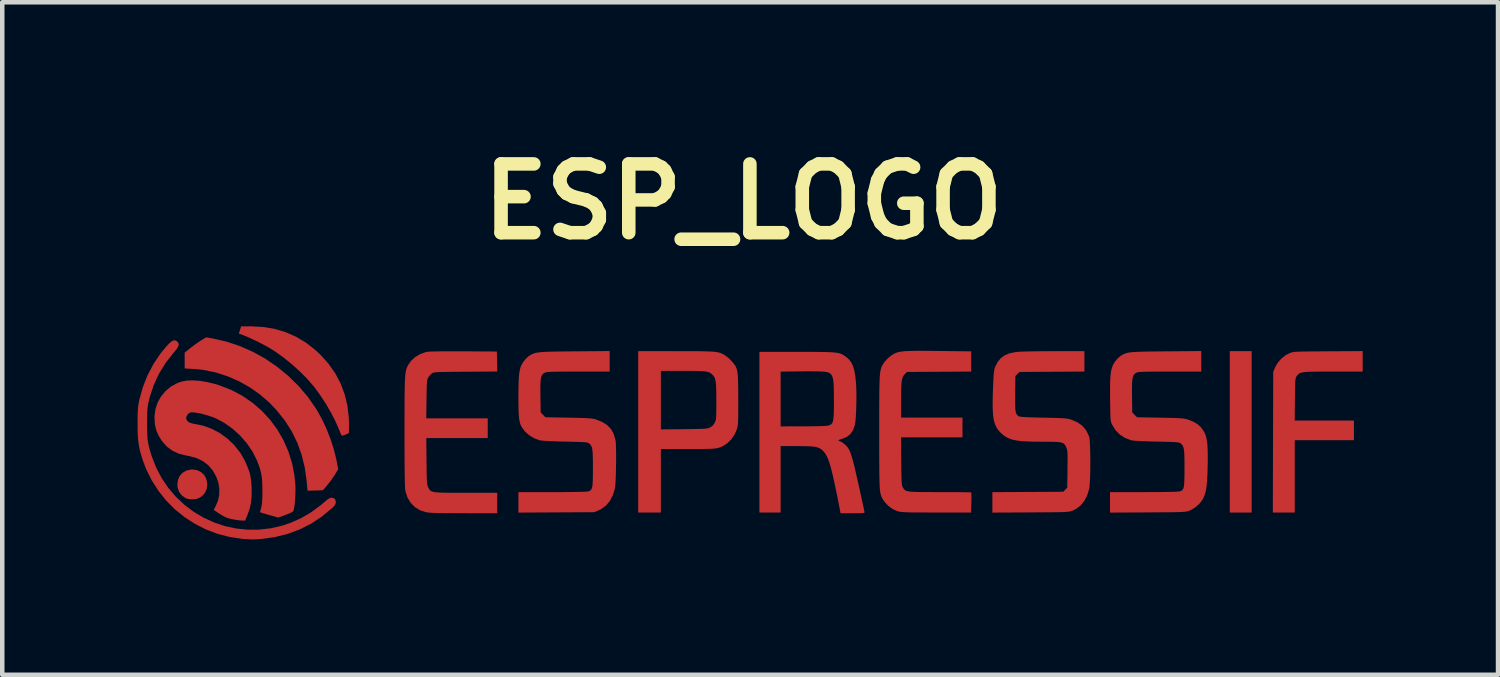
<source format=kicad_pcb>
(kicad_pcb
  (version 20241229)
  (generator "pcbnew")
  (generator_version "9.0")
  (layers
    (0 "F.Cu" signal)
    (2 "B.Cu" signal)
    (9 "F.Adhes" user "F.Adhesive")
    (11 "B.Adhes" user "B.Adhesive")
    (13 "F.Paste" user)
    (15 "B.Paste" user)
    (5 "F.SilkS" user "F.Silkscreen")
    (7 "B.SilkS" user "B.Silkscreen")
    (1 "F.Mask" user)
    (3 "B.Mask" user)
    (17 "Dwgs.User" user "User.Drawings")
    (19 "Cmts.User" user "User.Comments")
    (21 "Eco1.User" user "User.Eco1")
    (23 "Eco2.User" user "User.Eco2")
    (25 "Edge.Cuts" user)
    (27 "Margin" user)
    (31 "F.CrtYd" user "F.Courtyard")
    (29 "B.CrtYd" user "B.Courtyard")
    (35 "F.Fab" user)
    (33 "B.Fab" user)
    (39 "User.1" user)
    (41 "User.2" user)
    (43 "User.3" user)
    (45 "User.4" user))
  (footprint "ESP_LOGO"
    (layer "F.Cu")
    (at 13.427 6.498)
    (property "Reference" "ESP_LOGO" (at 0 -5.08 0) (layer "F.SilkS") (effects (font (size 1.524 1.524) (thickness 0.3))))
    (attr board_only exclude_from_pos_files exclude_from_bom)
    (fp_poly (pts (xy 11.267 1.813) (xy 10.782 1.813) (xy 10.782 -1.765) (xy 11.267 -1.765)) (stroke (width 0) (type solid)) (fill yes) (layer "F.Cu"))
    (fp_poly (pts (xy -12.111 0.872) (xy -12.023 0.914) (xy -11.953 0.978) (xy -11.906 1.063) (xy -11.884 1.164) (xy -11.883 1.195) (xy -11.897 1.298) (xy -11.94 1.386) (xy -12.01 1.457) (xy -12.064 1.491) (xy -12.13 1.512) (xy -12.209 1.521) (xy -12.288 1.516) (xy -12.353 1.498) (xy -12.36 1.495) (xy -12.448 1.433) (xy -12.508 1.354) (xy -12.54 1.259) (xy -12.546 1.19) (xy -12.532 1.086) (xy -12.491 0.997) (xy -12.426 0.928) (xy -12.342 0.881) (xy -12.242 0.859) (xy -12.214 0.858)) (stroke (width 0) (type solid)) (fill yes) (layer "F.Cu"))
    (fp_poly (pts (xy -10.639 -2.3) (xy -10.381 -2.256) (xy -10.136 -2.182) (xy -9.904 -2.078) (xy -9.684 -1.945) (xy -9.477 -1.781) (xy -9.373 -1.684) (xy -9.194 -1.484) (xy -9.045 -1.271) (xy -8.926 -1.045) (xy -8.836 -0.806) (xy -8.776 -0.554) (xy -8.746 -0.291) (xy -8.742 -0.158) (xy -8.742 0.048) (xy -8.786 0.07) (xy -8.846 0.097) (xy -8.889 0.108) (xy -8.909 0.102) (xy -8.918 0.081) (xy -8.935 0.039) (xy -8.957 -0.016) (xy -8.961 -0.024) (xy -9.042 -0.21) (xy -9.143 -0.407) (xy -9.259 -0.606) (xy -9.385 -0.797) (xy -9.514 -0.973) (xy -9.519 -0.979) (xy -9.656 -1.138) (xy -9.816 -1.301) (xy -9.992 -1.46) (xy -10.176 -1.611) (xy -10.361 -1.745) (xy -10.459 -1.809) (xy -10.54 -1.856) (xy -10.64 -1.91) (xy -10.751 -1.967) (xy -10.863 -2.021) (xy -10.967 -2.069) (xy -11.054 -2.106) (xy -11.067 -2.111) (xy -11.183 -2.155) (xy -11.157 -2.235) (xy -11.132 -2.315) (xy -10.911 -2.315)) (stroke (width 0) (type solid)) (fill yes) (layer "F.Cu"))
    (fp_poly (pts (xy 13.728 -1.311) (xy 13.068 -1.311) (xy 12.896 -1.311) (xy 12.753 -1.311) (xy 12.636 -1.309) (xy 12.542 -1.307) (xy 12.468 -1.303) (xy 12.411 -1.297) (xy 12.368 -1.288) (xy 12.336 -1.277) (xy 12.312 -1.263) (xy 12.293 -1.245) (xy 12.275 -1.224) (xy 12.264 -1.209) (xy 12.254 -1.194) (xy 12.247 -1.177) (xy 12.241 -1.153) (xy 12.236 -1.119) (xy 12.233 -1.072) (xy 12.23 -1.006) (xy 12.229 -0.919) (xy 12.227 -0.806) (xy 12.226 -0.695) (xy 12.221 -0.227) (xy 13.534 -0.227) (xy 13.534 0.21) (xy 12.222 0.21) (xy 12.222 1.813) (xy 11.736 1.813) (xy 11.745 -1.303) (xy 11.784 -1.4) (xy 11.84 -1.501) (xy 11.919 -1.594) (xy 12.014 -1.671) (xy 12.101 -1.717) (xy 12.124 -1.726) (xy 12.146 -1.734) (xy 12.17 -1.74) (xy 12.199 -1.745) (xy 12.236 -1.749) (xy 12.284 -1.752) (xy 12.347 -1.755) (xy 12.427 -1.756) (xy 12.528 -1.758) (xy 12.652 -1.759) (xy 12.802 -1.76) (xy 12.963 -1.761) (xy 13.728 -1.766)) (stroke (width 0) (type solid)) (fill yes) (layer "F.Cu"))
    (fp_poly (pts (xy -11.769 -2.047) (xy -11.465 -1.978) (xy -11.166 -1.879) (xy -10.876 -1.752) (xy -10.598 -1.598) (xy -10.334 -1.418) (xy -10.087 -1.216) (xy -9.859 -0.992) (xy -9.652 -0.749) (xy -9.47 -0.487) (xy -9.448 -0.451) (xy -9.339 -0.254) (xy -9.238 -0.038) (xy -9.15 0.187) (xy -9.077 0.412) (xy -9.024 0.626) (xy -9.016 0.665) (xy -8.981 0.852) (xy -9.05 0.967) (xy -9.095 1.035) (xy -9.15 1.113) (xy -9.207 1.186) (xy -9.219 1.201) (xy -9.318 1.319) (xy -9.489 1.324) (xy -9.66 1.329) (xy -9.679 1.122) (xy -9.721 0.819) (xy -9.791 0.533) (xy -9.888 0.263) (xy -10.014 0.007) (xy -10.169 -0.235) (xy -10.354 -0.464) (xy -10.501 -0.618) (xy -10.708 -0.799) (xy -10.935 -0.959) (xy -11.177 -1.096) (xy -11.431 -1.207) (xy -11.693 -1.292) (xy -11.959 -1.347) (xy -12.194 -1.371) (xy -12.384 -1.381) (xy -12.384 -1.732) (xy -12.251 -1.838) (xy -12.181 -1.892) (xy -12.106 -1.946) (xy -12.038 -1.992) (xy -12.012 -2.008) (xy -11.907 -2.07)) (stroke (width 0) (type solid)) (fill yes) (layer "F.Cu"))
    (fp_poly (pts (xy -1.493 -1.764) (xy -1.296 -1.764) (xy -1.128 -1.764) (xy -0.986 -1.763) (xy -0.869 -1.761) (xy -0.772 -1.758) (xy -0.693 -1.754) (xy -0.63 -1.749) (xy -0.578 -1.741) (xy -0.536 -1.732) (xy -0.501 -1.721) (xy -0.469 -1.707) (xy -0.438 -1.691) (xy -0.416 -1.678) (xy -0.358 -1.637) (xy -0.295 -1.58) (xy -0.235 -1.516) (xy -0.189 -1.457) (xy -0.173 -1.431) (xy -0.158 -1.399) (xy -0.146 -1.364) (xy -0.136 -1.324) (xy -0.128 -1.275) (xy -0.122 -1.212) (xy -0.118 -1.133) (xy -0.116 -1.034) (xy -0.114 -0.911) (xy -0.113 -0.761) (xy -0.113 -0.696) (xy -0.113 -0.542) (xy -0.113 -0.416) (xy -0.114 -0.315) (xy -0.116 -0.236) (xy -0.119 -0.174) (xy -0.123 -0.127) (xy -0.128 -0.09) (xy -0.135 -0.059) (xy -0.138 -0.049) (xy -0.19 0.075) (xy -0.263 0.185) (xy -0.355 0.277) (xy -0.46 0.344) (xy -0.529 0.372) (xy -0.559 0.381) (xy -0.589 0.388) (xy -0.624 0.393) (xy -0.667 0.397) (xy -0.721 0.4) (xy -0.791 0.402) (xy -0.88 0.404) (xy -0.992 0.404) (xy -1.13 0.405) (xy -1.232 0.405) (xy -1.829 0.405) (xy -1.829 1.813) (xy -2.331 1.813) (xy -2.331 -0.03) (xy -1.829 -0.03) (xy -1.315 -0.035) (xy -1.172 -0.037) (xy -1.056 -0.039) (xy -0.966 -0.041) (xy -0.897 -0.043) (xy -0.845 -0.047) (xy -0.807 -0.051) (xy -0.778 -0.057) (xy -0.756 -0.064) (xy -0.737 -0.073) (xy -0.676 -0.117) (xy -0.635 -0.177) (xy -0.624 -0.201) (xy -0.615 -0.225) (xy -0.609 -0.254) (xy -0.605 -0.291) (xy -0.602 -0.343) (xy -0.6 -0.412) (xy -0.599 -0.503) (xy -0.599 -0.622) (xy -0.599 -0.652) (xy -0.6 -0.797) (xy -0.601 -0.914) (xy -0.605 -1.006) (xy -0.612 -1.077) (xy -0.622 -1.131) (xy -0.635 -1.173) (xy -0.653 -1.205) (xy -0.675 -1.232) (xy -0.685 -1.243) (xy -0.711 -1.265) (xy -0.737 -1.284) (xy -0.768 -1.298) (xy -0.806 -1.309) (xy -0.856 -1.317) (xy -0.922 -1.322) (xy -1.006 -1.325) (xy -1.114 -1.327) (xy -1.248 -1.327) (xy -1.338 -1.327) (xy -1.829 -1.327) (xy -1.829 -0.03) (xy -2.331 -0.03) (xy -2.331 -1.765)) (stroke (width 0) (type solid)) (fill yes) (layer "F.Cu"))
    (fp_poly (pts (xy -12.559 -1.986) (xy -12.546 -1.975) (xy -12.522 -1.943) (xy -12.515 -1.908) (xy -12.527 -1.867) (xy -12.559 -1.814) (xy -12.614 -1.746) (xy -12.633 -1.724) (xy -12.808 -1.501) (xy -12.953 -1.265) (xy -13.069 -1.014) (xy -13.156 -0.749) (xy -13.189 -0.615) (xy -13.2 -0.552) (xy -13.209 -0.483) (xy -13.214 -0.402) (xy -13.217 -0.302) (xy -13.218 -0.176) (xy -13.218 -0.162) (xy -13.217 -0.025) (xy -13.213 0.088) (xy -13.206 0.185) (xy -13.193 0.273) (xy -13.174 0.361) (xy -13.148 0.456) (xy -13.113 0.567) (xy -13.014 0.82) (xy -12.89 1.055) (xy -12.743 1.271) (xy -12.575 1.467) (xy -12.388 1.642) (xy -12.185 1.795) (xy -11.967 1.925) (xy -11.736 2.031) (xy -11.496 2.112) (xy -11.247 2.166) (xy -10.992 2.193) (xy -10.734 2.192) (xy -10.474 2.162) (xy -10.214 2.102) (xy -10.029 2.038) (xy -9.798 1.934) (xy -9.579 1.806) (xy -9.367 1.649) (xy -9.287 1.581) (xy -9.223 1.528) (xy -9.175 1.497) (xy -9.139 1.484) (xy -9.13 1.484) (xy -9.075 1.495) (xy -9.043 1.53) (xy -9.033 1.581) (xy -9.038 1.615) (xy -9.054 1.647) (xy -9.087 1.685) (xy -9.118 1.715) (xy -9.341 1.901) (xy -9.578 2.058) (xy -9.831 2.186) (xy -10.098 2.285) (xy -10.379 2.356) (xy -10.66 2.396) (xy -10.753 2.404) (xy -10.827 2.408) (xy -10.894 2.409) (xy -10.965 2.406) (xy -11.051 2.4) (xy -11.11 2.395) (xy -11.389 2.354) (xy -11.658 2.284) (xy -11.917 2.185) (xy -12.162 2.06) (xy -12.392 1.91) (xy -12.605 1.737) (xy -12.798 1.542) (xy -12.969 1.327) (xy -13.117 1.094) (xy -13.24 0.844) (xy -13.307 0.668) (xy -13.345 0.548) (xy -13.375 0.441) (xy -13.396 0.341) (xy -13.411 0.239) (xy -13.421 0.128) (xy -13.426 0.001) (xy -13.427 -0.152) (xy -13.427 -0.154) (xy -13.427 -0.278) (xy -13.425 -0.376) (xy -13.422 -0.454) (xy -13.417 -0.519) (xy -13.41 -0.577) (xy -13.4 -0.635) (xy -13.392 -0.674) (xy -13.314 -0.957) (xy -13.208 -1.227) (xy -13.075 -1.48) (xy -12.916 -1.717) (xy -12.803 -1.854) (xy -12.734 -1.929) (xy -12.678 -1.978) (xy -12.633 -2.002) (xy -12.594 -2.005)) (stroke (width 0) (type solid)) (fill yes) (layer "F.Cu"))
    (fp_poly (pts (xy -6.2 -1.761) (xy -5.464 -1.756) (xy -5.459 -1.535) (xy -5.455 -1.313) (xy -6.158 -1.308) (xy -6.328 -1.307) (xy -6.468 -1.306) (xy -6.581 -1.304) (xy -6.672 -1.303) (xy -6.742 -1.301) (xy -6.795 -1.298) (xy -6.833 -1.295) (xy -6.861 -1.29) (xy -6.88 -1.285) (xy -6.894 -1.278) (xy -6.906 -1.27) (xy -6.907 -1.269) (xy -6.947 -1.231) (xy -6.983 -1.184) (xy -6.985 -1.18) (xy -6.995 -1.161) (xy -7.003 -1.139) (xy -7.009 -1.11) (xy -7.013 -1.069) (xy -7.017 -1.013) (xy -7.019 -0.937) (xy -7.021 -0.837) (xy -7.023 -0.709) (xy -7.023 -0.7) (xy -7.029 -0.275) (xy -5.666 -0.275) (xy -5.666 0.162) (xy -7.028 0.162) (xy -7.023 0.676) (xy -7.021 0.82) (xy -7.02 0.935) (xy -7.018 1.025) (xy -7.015 1.094) (xy -7.012 1.146) (xy -7.007 1.185) (xy -7.001 1.213) (xy -6.994 1.235) (xy -6.985 1.255) (xy -6.971 1.282) (xy -6.957 1.306) (xy -6.939 1.325) (xy -6.916 1.34) (xy -6.884 1.352) (xy -6.84 1.361) (xy -6.782 1.367) (xy -6.705 1.371) (xy -6.609 1.374) (xy -6.489 1.375) (xy -6.343 1.376) (xy -6.168 1.376) (xy -6.148 1.376) (xy -5.456 1.376) (xy -5.456 1.829) (xy -6.196 1.828) (xy -6.387 1.827) (xy -6.548 1.826) (xy -6.681 1.825) (xy -6.79 1.823) (xy -6.878 1.82) (xy -6.945 1.816) (xy -6.997 1.811) (xy -7.034 1.806) (xy -7.039 1.804) (xy -7.17 1.761) (xy -7.282 1.691) (xy -7.374 1.598) (xy -7.443 1.483) (xy -7.488 1.347) (xy -7.494 1.317) (xy -7.498 1.28) (xy -7.501 1.211) (xy -7.504 1.111) (xy -7.506 0.981) (xy -7.508 0.82) (xy -7.51 0.631) (xy -7.511 0.413) (xy -7.511 0.168) (xy -7.511 0.025) (xy -7.511 -0.213) (xy -7.511 -0.422) (xy -7.51 -0.603) (xy -7.509 -0.758) (xy -7.507 -0.891) (xy -7.505 -1.002) (xy -7.502 -1.095) (xy -7.498 -1.172) (xy -7.493 -1.235) (xy -7.487 -1.287) (xy -7.479 -1.329) (xy -7.47 -1.364) (xy -7.459 -1.395) (xy -7.447 -1.423) (xy -7.433 -1.452) (xy -7.433 -1.452) (xy -7.366 -1.549) (xy -7.274 -1.633) (xy -7.164 -1.699) (xy -7.04 -1.743) (xy -7.018 -1.748) (xy -6.98 -1.752) (xy -6.911 -1.756) (xy -6.814 -1.759) (xy -6.689 -1.76) (xy -6.54 -1.761) (xy -6.367 -1.761)) (stroke (width 0) (type solid)) (fill yes) (layer "F.Cu"))
    (fp_poly (pts (xy 4.053 -1.771) (xy 4.227 -1.77) (xy 4.351 -1.768) (xy 5.051 -1.76) (xy 5.051 -1.312) (xy 3.628 -1.303) (xy 3.58 -1.257) (xy 3.556 -1.23) (xy 3.537 -1.199) (xy 3.523 -1.16) (xy 3.512 -1.108) (xy 3.504 -1.04) (xy 3.5 -0.952) (xy 3.498 -0.84) (xy 3.497 -0.7) (xy 3.497 -0.681) (xy 3.497 -0.291) (xy 4.857 -0.291) (xy 4.857 0.146) (xy 3.495 0.146) (xy 3.5 0.676) (xy 3.501 0.822) (xy 3.503 0.939) (xy 3.505 1.031) (xy 3.507 1.102) (xy 3.51 1.154) (xy 3.514 1.192) (xy 3.52 1.219) (xy 3.527 1.24) (xy 3.535 1.256) (xy 3.537 1.258) (xy 3.551 1.282) (xy 3.566 1.302) (xy 3.585 1.318) (xy 3.61 1.33) (xy 3.644 1.34) (xy 3.69 1.348) (xy 3.752 1.353) (xy 3.831 1.356) (xy 3.932 1.358) (xy 4.056 1.359) (xy 4.208 1.36) (xy 4.359 1.36) (xy 4.504 1.36) (xy 4.64 1.36) (xy 4.762 1.361) (xy 4.867 1.362) (xy 4.952 1.363) (xy 5.013 1.364) (xy 5.046 1.366) (xy 5.052 1.367) (xy 5.054 1.384) (xy 5.055 1.428) (xy 5.056 1.492) (xy 5.055 1.571) (xy 5.054 1.593) (xy 5.049 1.813) (xy 4.277 1.812) (xy 4.097 1.812) (xy 3.947 1.811) (xy 3.823 1.811) (xy 3.722 1.81) (xy 3.642 1.808) (xy 3.578 1.805) (xy 3.528 1.802) (xy 3.489 1.798) (xy 3.458 1.793) (xy 3.431 1.787) (xy 3.407 1.78) (xy 3.405 1.78) (xy 3.307 1.734) (xy 3.213 1.665) (xy 3.133 1.58) (xy 3.098 1.528) (xy 3.083 1.502) (xy 3.069 1.476) (xy 3.058 1.45) (xy 3.048 1.421) (xy 3.039 1.387) (xy 3.032 1.344) (xy 3.026 1.292) (xy 3.022 1.228) (xy 3.018 1.149) (xy 3.016 1.054) (xy 3.014 0.939) (xy 3.013 0.803) (xy 3.012 0.644) (xy 3.011 0.459) (xy 3.011 0.245) (xy 3.011 0.037) (xy 3.011 -0.203) (xy 3.011 -0.414) (xy 3.012 -0.597) (xy 3.013 -0.754) (xy 3.014 -0.888) (xy 3.016 -1.001) (xy 3.019 -1.095) (xy 3.022 -1.173) (xy 3.027 -1.236) (xy 3.032 -1.288) (xy 3.039 -1.33) (xy 3.047 -1.365) (xy 3.056 -1.395) (xy 3.067 -1.421) (xy 3.08 -1.448) (xy 3.084 -1.457) (xy 3.132 -1.53) (xy 3.2 -1.603) (xy 3.278 -1.668) (xy 3.355 -1.714) (xy 3.362 -1.717) (xy 3.398 -1.731) (xy 3.437 -1.743) (xy 3.482 -1.752) (xy 3.536 -1.759) (xy 3.603 -1.765) (xy 3.685 -1.768) (xy 3.785 -1.771) (xy 3.907 -1.772)) (stroke (width 0) (type solid)) (fill yes) (layer "F.Cu"))
    (fp_poly (pts (xy 1.383 -1.748) (xy 1.552 -1.748) (xy 1.694 -1.747) (xy 1.812 -1.745) (xy 1.909 -1.742) (xy 1.988 -1.737) (xy 2.052 -1.731) (xy 2.103 -1.722) (xy 2.145 -1.712) (xy 2.18 -1.698) (xy 2.211 -1.682) (xy 2.241 -1.663) (xy 2.27 -1.642) (xy 2.335 -1.587) (xy 2.387 -1.522) (xy 2.426 -1.445) (xy 2.457 -1.348) (xy 2.479 -1.229) (xy 2.495 -1.085) (xy 2.501 -0.992) (xy 2.505 -0.882) (xy 2.506 -0.76) (xy 2.505 -0.633) (xy 2.502 -0.507) (xy 2.497 -0.389) (xy 2.491 -0.283) (xy 2.483 -0.196) (xy 2.474 -0.135) (xy 2.472 -0.128) (xy 2.432 -0.015) (xy 2.373 0.073) (xy 2.294 0.136) (xy 2.192 0.178) (xy 2.183 0.18) (xy 2.129 0.197) (xy 2.107 0.211) (xy 2.117 0.224) (xy 2.141 0.232) (xy 2.174 0.248) (xy 2.219 0.278) (xy 2.246 0.3) (xy 2.278 0.329) (xy 2.306 0.361) (xy 2.332 0.399) (xy 2.356 0.445) (xy 2.379 0.503) (xy 2.403 0.576) (xy 2.429 0.667) (xy 2.458 0.779) (xy 2.49 0.915) (xy 2.527 1.078) (xy 2.55 1.177) (xy 2.58 1.314) (xy 2.608 1.441) (xy 2.633 1.555) (xy 2.654 1.653) (xy 2.671 1.73) (xy 2.682 1.784) (xy 2.687 1.81) (xy 2.687 1.812) (xy 2.671 1.82) (xy 2.623 1.825) (xy 2.543 1.828) (xy 2.431 1.829) (xy 2.421 1.829) (xy 2.155 1.829) (xy 2.137 1.736) (xy 2.093 1.51) (xy 2.053 1.314) (xy 2.017 1.145) (xy 1.985 1) (xy 1.955 0.878) (xy 1.928 0.776) (xy 1.901 0.691) (xy 1.875 0.621) (xy 1.849 0.564) (xy 1.822 0.517) (xy 1.794 0.477) (xy 1.768 0.449) (xy 1.734 0.417) (xy 1.698 0.392) (xy 1.655 0.373) (xy 1.602 0.359) (xy 1.535 0.349) (xy 1.448 0.344) (xy 1.338 0.341) (xy 1.2 0.34) (xy 1.187 0.34) (xy 0.826 0.34) (xy 0.826 1.813) (xy 0.356 1.813) (xy 0.356 -0.097) (xy 0.826 -0.097) (xy 1.332 -0.098) (xy 1.501 -0.099) (xy 1.638 -0.101) (xy 1.746 -0.104) (xy 1.825 -0.108) (xy 1.876 -0.114) (xy 1.894 -0.118) (xy 1.925 -0.131) (xy 1.95 -0.146) (xy 1.969 -0.169) (xy 1.984 -0.203) (xy 1.994 -0.25) (xy 2.001 -0.315) (xy 2.005 -0.4) (xy 2.007 -0.511) (xy 2.007 -0.649) (xy 2.007 -0.688) (xy 2.006 -0.846) (xy 2.004 -0.974) (xy 1.998 -1.076) (xy 1.987 -1.155) (xy 1.968 -1.213) (xy 1.942 -1.255) (xy 1.905 -1.283) (xy 1.857 -1.3) (xy 1.795 -1.309) (xy 1.718 -1.313) (xy 1.674 -1.315) (xy 1.601 -1.316) (xy 1.504 -1.317) (xy 1.392 -1.317) (xy 1.274 -1.316) (xy 1.162 -1.315) (xy 0.826 -1.311) (xy 0.826 -0.097) (xy 0.356 -0.097) (xy 0.356 -1.748) (xy 1.185 -1.748)) (stroke (width 0) (type solid)) (fill yes) (layer "F.Cu"))
    (fp_poly (pts (xy 7.56 -1.312) (xy 6.12 -1.303) (xy 6.03 -1.213) (xy 6.025 -0.826) (xy 6.024 -0.691) (xy 6.025 -0.585) (xy 6.027 -0.504) (xy 6.033 -0.442) (xy 6.042 -0.398) (xy 6.056 -0.367) (xy 6.074 -0.344) (xy 6.098 -0.326) (xy 6.107 -0.32) (xy 6.129 -0.314) (xy 6.172 -0.308) (xy 6.237 -0.303) (xy 6.327 -0.299) (xy 6.444 -0.295) (xy 6.591 -0.291) (xy 6.654 -0.29) (xy 6.798 -0.287) (xy 6.914 -0.284) (xy 7.006 -0.281) (xy 7.078 -0.278) (xy 7.134 -0.274) (xy 7.178 -0.268) (xy 7.215 -0.261) (xy 7.247 -0.253) (xy 7.271 -0.245) (xy 7.405 -0.187) (xy 7.515 -0.109) (xy 7.598 -0.011) (xy 7.656 0.108) (xy 7.666 0.136) (xy 7.674 0.18) (xy 7.68 0.251) (xy 7.685 0.344) (xy 7.688 0.453) (xy 7.69 0.574) (xy 7.691 0.7) (xy 7.69 0.828) (xy 7.688 0.95) (xy 7.684 1.063) (xy 7.679 1.16) (xy 7.673 1.238) (xy 7.666 1.284) (xy 7.621 1.434) (xy 7.555 1.56) (xy 7.47 1.662) (xy 7.365 1.739) (xy 7.304 1.768) (xy 7.283 1.776) (xy 7.263 1.783) (xy 7.24 1.789) (xy 7.212 1.793) (xy 7.175 1.797) (xy 7.127 1.8) (xy 7.066 1.803) (xy 6.988 1.805) (xy 6.89 1.806) (xy 6.769 1.807) (xy 6.623 1.808) (xy 6.449 1.809) (xy 6.366 1.81) (xy 5.52 1.814) (xy 5.52 1.361) (xy 7.09 1.352) (xy 7.135 1.307) (xy 7.18 1.262) (xy 7.185 0.848) (xy 7.186 0.721) (xy 7.186 0.622) (xy 7.186 0.547) (xy 7.184 0.49) (xy 7.181 0.449) (xy 7.176 0.418) (xy 7.168 0.393) (xy 7.158 0.37) (xy 7.155 0.362) (xy 7.137 0.328) (xy 7.118 0.3) (xy 7.094 0.28) (xy 7.062 0.265) (xy 7.017 0.254) (xy 6.956 0.248) (xy 6.874 0.245) (xy 6.767 0.243) (xy 6.632 0.243) (xy 6.631 0.243) (xy 6.45 0.242) (xy 6.298 0.237) (xy 6.17 0.229) (xy 6.064 0.217) (xy 5.976 0.2) (xy 5.901 0.176) (xy 5.837 0.146) (xy 5.779 0.109) (xy 5.725 0.064) (xy 5.723 0.063) (xy 5.671 0.01) (xy 5.627 -0.046) (xy 5.593 -0.109) (xy 5.566 -0.181) (xy 5.546 -0.266) (xy 5.534 -0.368) (xy 5.527 -0.49) (xy 5.526 -0.635) (xy 5.529 -0.807) (xy 5.533 -0.931) (xy 5.539 -1.063) (xy 5.544 -1.167) (xy 5.549 -1.247) (xy 5.556 -1.308) (xy 5.563 -1.354) (xy 5.571 -1.389) (xy 5.579 -1.411) (xy 5.635 -1.522) (xy 5.705 -1.608) (xy 5.793 -1.672) (xy 5.902 -1.717) (xy 6.036 -1.744) (xy 6.071 -1.748) (xy 6.121 -1.752) (xy 6.199 -1.755) (xy 6.301 -1.758) (xy 6.421 -1.76) (xy 6.556 -1.762) (xy 6.701 -1.764) (xy 6.852 -1.764) (xy 6.892 -1.764) (xy 7.56 -1.765)) (stroke (width 0) (type solid)) (fill yes) (layer "F.Cu"))
    (fp_poly (pts (xy -12.035 -1.105) (xy -11.865 -1.075) (xy -11.686 -1.03) (xy -11.602 -1.003) (xy -11.342 -0.9) (xy -11.098 -0.77) (xy -10.874 -0.616) (xy -10.67 -0.439) (xy -10.488 -0.241) (xy -10.329 -0.025) (xy -10.194 0.209) (xy -10.085 0.458) (xy -10.003 0.72) (xy -9.95 0.994) (xy -9.93 1.203) (xy -9.927 1.29) (xy -9.929 1.388) (xy -9.934 1.49) (xy -9.941 1.588) (xy -9.951 1.673) (xy -9.963 1.739) (xy -9.971 1.77) (xy -9.987 1.791) (xy -10.022 1.813) (xy -10.081 1.84) (xy -10.147 1.865) (xy -10.309 1.925) (xy -10.509 1.868) (xy -10.584 1.846) (xy -10.647 1.827) (xy -10.691 1.814) (xy -10.712 1.807) (xy -10.712 1.807) (xy -10.71 1.791) (xy -10.701 1.753) (xy -10.688 1.707) (xy -10.677 1.658) (xy -10.669 1.6) (xy -10.664 1.525) (xy -10.661 1.428) (xy -10.661 1.327) (xy -10.663 1.186) (xy -10.67 1.068) (xy -10.684 0.964) (xy -10.707 0.866) (xy -10.74 0.765) (xy -10.783 0.655) (xy -10.88 0.461) (xy -11.006 0.277) (xy -11.155 0.106) (xy -11.323 -0.046) (xy -11.507 -0.176) (xy -11.68 -0.269) (xy -11.772 -0.306) (xy -11.877 -0.341) (xy -11.985 -0.371) (xy -12.087 -0.394) (xy -12.173 -0.406) (xy -12.197 -0.407) (xy -12.249 -0.406) (xy -12.283 -0.394) (xy -12.312 -0.369) (xy -12.314 -0.366) (xy -12.347 -0.31) (xy -12.349 -0.258) (xy -12.323 -0.213) (xy -12.271 -0.178) (xy -12.195 -0.156) (xy -12.184 -0.155) (xy -11.977 -0.113) (xy -11.78 -0.042) (xy -11.597 0.056) (xy -11.429 0.179) (xy -11.279 0.325) (xy -11.149 0.491) (xy -11.042 0.677) (xy -10.96 0.878) (xy -10.939 0.947) (xy -10.92 1.04) (xy -10.906 1.16) (xy -10.899 1.272) (xy -10.899 1.442) (xy -10.913 1.592) (xy -10.944 1.731) (xy -10.993 1.869) (xy -10.995 1.874) (xy -11.044 1.991) (xy -11.119 1.99) (xy -11.171 1.986) (xy -11.242 1.976) (xy -11.317 1.963) (xy -11.332 1.96) (xy -11.41 1.942) (xy -11.475 1.918) (xy -11.541 1.884) (xy -11.603 1.846) (xy -11.66 1.809) (xy -11.705 1.777) (xy -11.732 1.756) (xy -11.737 1.75) (xy -11.729 1.731) (xy -11.71 1.697) (xy -11.707 1.692) (xy -11.65 1.568) (xy -11.619 1.431) (xy -11.615 1.288) (xy -11.638 1.145) (xy -11.686 1.012) (xy -11.765 0.875) (xy -11.863 0.762) (xy -11.981 0.673) (xy -12.12 0.606) (xy -12.283 0.561) (xy -12.346 0.55) (xy -12.506 0.511) (xy -12.65 0.445) (xy -12.776 0.353) (xy -12.88 0.237) (xy -12.891 0.223) (xy -12.962 0.107) (xy -13.011 -0.005) (xy -13.04 -0.125) (xy -13.045 -0.157) (xy -13.053 -0.322) (xy -13.031 -0.48) (xy -12.981 -0.629) (xy -12.905 -0.764) (xy -12.806 -0.882) (xy -12.686 -0.981) (xy -12.546 -1.057) (xy -12.45 -1.091) (xy -12.332 -1.113) (xy -12.192 -1.117)) (stroke (width 0) (type solid)) (fill yes) (layer "F.Cu"))
    (fp_poly (pts (xy -2.963 -1.311) (xy -3.663 -1.311) (xy -3.832 -1.311) (xy -3.972 -1.311) (xy -4.086 -1.31) (xy -4.176 -1.309) (xy -4.247 -1.307) (xy -4.3 -1.305) (xy -4.339 -1.302) (xy -4.368 -1.298) (xy -4.388 -1.292) (xy -4.404 -1.286) (xy -4.415 -1.28) (xy -4.441 -1.26) (xy -4.462 -1.235) (xy -4.477 -1.201) (xy -4.488 -1.153) (xy -4.495 -1.088) (xy -4.499 -1.003) (xy -4.499 -0.893) (xy -4.498 -0.759) (xy -4.492 -0.405) (xy -4.439 -0.352) (xy -4.387 -0.299) (xy -3.873 -0.29) (xy -3.724 -0.287) (xy -3.604 -0.284) (xy -3.508 -0.281) (xy -3.433 -0.277) (xy -3.375 -0.272) (xy -3.331 -0.266) (xy -3.296 -0.259) (xy -3.27 -0.252) (xy -3.132 -0.196) (xy -3.022 -0.128) (xy -2.938 -0.043) (xy -2.878 0.06) (xy -2.84 0.184) (xy -2.831 0.229) (xy -2.826 0.281) (xy -2.823 0.358) (xy -2.821 0.456) (xy -2.82 0.567) (xy -2.821 0.688) (xy -2.823 0.811) (xy -2.825 0.931) (xy -2.829 1.043) (xy -2.834 1.141) (xy -2.839 1.219) (xy -2.846 1.272) (xy -2.847 1.279) (xy -2.893 1.429) (xy -2.959 1.556) (xy -3.045 1.658) (xy -3.15 1.735) (xy -3.214 1.766) (xy -3.311 1.805) (xy -4.986 1.814) (xy -4.986 1.36) (xy -4.226 1.36) (xy -4.032 1.36) (xy -3.868 1.359) (xy -3.733 1.357) (xy -3.624 1.355) (xy -3.541 1.353) (xy -3.481 1.349) (xy -3.442 1.345) (xy -3.423 1.341) (xy -3.398 1.327) (xy -3.378 1.31) (xy -3.362 1.285) (xy -3.351 1.249) (xy -3.343 1.199) (xy -3.339 1.13) (xy -3.336 1.038) (xy -3.335 0.92) (xy -3.335 0.826) (xy -3.335 0.688) (xy -3.337 0.579) (xy -3.34 0.494) (xy -3.346 0.43) (xy -3.354 0.382) (xy -3.366 0.346) (xy -3.383 0.318) (xy -3.404 0.294) (xy -3.415 0.283) (xy -3.427 0.274) (xy -3.443 0.267) (xy -3.466 0.261) (xy -3.499 0.256) (xy -3.547 0.252) (xy -3.613 0.249) (xy -3.701 0.246) (xy -3.814 0.243) (xy -3.948 0.24) (xy -4.081 0.237) (xy -4.204 0.233) (xy -4.313 0.228) (xy -4.403 0.223) (xy -4.471 0.217) (xy -4.512 0.212) (xy -4.516 0.211) (xy -4.64 0.165) (xy -4.752 0.096) (xy -4.847 0.01) (xy -4.917 -0.09) (xy -4.921 -0.097) (xy -4.94 -0.139) (xy -4.955 -0.186) (xy -4.966 -0.242) (xy -4.975 -0.311) (xy -4.981 -0.398) (xy -4.984 -0.505) (xy -4.986 -0.638) (xy -4.986 -0.75) (xy -4.985 -0.913) (xy -4.982 -1.049) (xy -4.978 -1.159) (xy -4.97 -1.249) (xy -4.96 -1.322) (xy -4.946 -1.383) (xy -4.929 -1.434) (xy -4.922 -1.451) (xy -4.884 -1.517) (xy -4.831 -1.585) (xy -4.772 -1.643) (xy -4.72 -1.679) (xy -4.687 -1.695) (xy -4.655 -1.709) (xy -4.621 -1.721) (xy -4.582 -1.73) (xy -4.533 -1.737) (xy -4.474 -1.743) (xy -4.4 -1.748) (xy -4.309 -1.752) (xy -4.196 -1.755) (xy -4.061 -1.757) (xy -3.898 -1.759) (xy -3.736 -1.76) (xy -2.963 -1.767)) (stroke (width 0) (type solid)) (fill yes) (layer "F.Cu"))
    (fp_poly (pts (xy 10.15 -1.311) (xy 9.45 -1.311) (xy 9.281 -1.311) (xy 9.141 -1.311) (xy 9.027 -1.31) (xy 8.936 -1.309) (xy 8.866 -1.307) (xy 8.813 -1.305) (xy 8.773 -1.302) (xy 8.745 -1.298) (xy 8.725 -1.292) (xy 8.709 -1.286) (xy 8.698 -1.28) (xy 8.672 -1.26) (xy 8.651 -1.235) (xy 8.636 -1.201) (xy 8.625 -1.154) (xy 8.618 -1.09) (xy 8.615 -1.005) (xy 8.614 -0.895) (xy 8.615 -0.759) (xy 8.62 -0.405) (xy 8.673 -0.352) (xy 8.726 -0.299) (xy 9.24 -0.29) (xy 9.389 -0.287) (xy 9.509 -0.284) (xy 9.605 -0.281) (xy 9.68 -0.277) (xy 9.737 -0.272) (xy 9.782 -0.266) (xy 9.817 -0.259) (xy 9.843 -0.252) (xy 9.967 -0.204) (xy 10.065 -0.148) (xy 10.141 -0.08) (xy 10.202 0.006) (xy 10.222 0.043) (xy 10.246 0.098) (xy 10.264 0.161) (xy 10.278 0.235) (xy 10.287 0.326) (xy 10.292 0.435) (xy 10.294 0.568) (xy 10.293 0.728) (xy 10.291 0.801) (xy 10.287 0.965) (xy 10.28 1.1) (xy 10.27 1.212) (xy 10.256 1.304) (xy 10.239 1.381) (xy 10.216 1.448) (xy 10.188 1.508) (xy 10.175 1.531) (xy 10.111 1.615) (xy 10.026 1.691) (xy 9.93 1.752) (xy 9.894 1.768) (xy 9.873 1.776) (xy 9.852 1.783) (xy 9.829 1.789) (xy 9.8 1.794) (xy 9.764 1.797) (xy 9.715 1.8) (xy 9.653 1.803) (xy 9.574 1.805) (xy 9.475 1.806) (xy 9.353 1.807) (xy 9.205 1.808) (xy 9.029 1.809) (xy 8.964 1.81) (xy 8.127 1.814) (xy 8.127 1.36) (xy 8.877 1.36) (xy 9.086 1.359) (xy 9.262 1.358) (xy 9.407 1.356) (xy 9.521 1.354) (xy 9.605 1.35) (xy 9.658 1.346) (xy 9.679 1.342) (xy 9.707 1.33) (xy 9.73 1.315) (xy 9.747 1.292) (xy 9.759 1.258) (xy 9.768 1.21) (xy 9.773 1.143) (xy 9.776 1.054) (xy 9.778 0.939) (xy 9.778 0.826) (xy 9.778 0.688) (xy 9.776 0.579) (xy 9.773 0.494) (xy 9.767 0.43) (xy 9.759 0.382) (xy 9.746 0.346) (xy 9.73 0.318) (xy 9.709 0.294) (xy 9.698 0.283) (xy 9.686 0.274) (xy 9.67 0.267) (xy 9.647 0.261) (xy 9.614 0.256) (xy 9.566 0.252) (xy 9.499 0.249) (xy 9.412 0.246) (xy 9.298 0.243) (xy 9.165 0.24) (xy 9.032 0.237) (xy 8.909 0.233) (xy 8.8 0.228) (xy 8.709 0.223) (xy 8.642 0.217) (xy 8.601 0.212) (xy 8.597 0.211) (xy 8.462 0.161) (xy 8.344 0.084) (xy 8.247 -0.015) (xy 8.177 -0.13) (xy 8.165 -0.156) (xy 8.155 -0.18) (xy 8.148 -0.206) (xy 8.142 -0.239) (xy 8.138 -0.282) (xy 8.135 -0.339) (xy 8.133 -0.416) (xy 8.132 -0.514) (xy 8.13 -0.64) (xy 8.129 -0.694) (xy 8.128 -0.86) (xy 8.129 -0.996) (xy 8.131 -1.109) (xy 8.136 -1.201) (xy 8.144 -1.276) (xy 8.155 -1.339) (xy 8.169 -1.393) (xy 8.187 -1.443) (xy 8.193 -1.457) (xy 8.236 -1.53) (xy 8.295 -1.601) (xy 8.36 -1.658) (xy 8.394 -1.679) (xy 8.426 -1.696) (xy 8.458 -1.709) (xy 8.492 -1.721) (xy 8.531 -1.73) (xy 8.58 -1.738) (xy 8.639 -1.743) (xy 8.714 -1.748) (xy 8.806 -1.752) (xy 8.918 -1.755) (xy 9.055 -1.757) (xy 9.218 -1.759) (xy 9.377 -1.76) (xy 10.15 -1.767)) (stroke (width 0) (type solid)) (fill yes) (layer "F.Cu")))
  (gr_rect
    (start -3 -3)
    (end 30.155 11.907)
    (stroke (width 0.1) (type default))
    (fill no)
    (layer "Edge.Cuts")))
</source>
